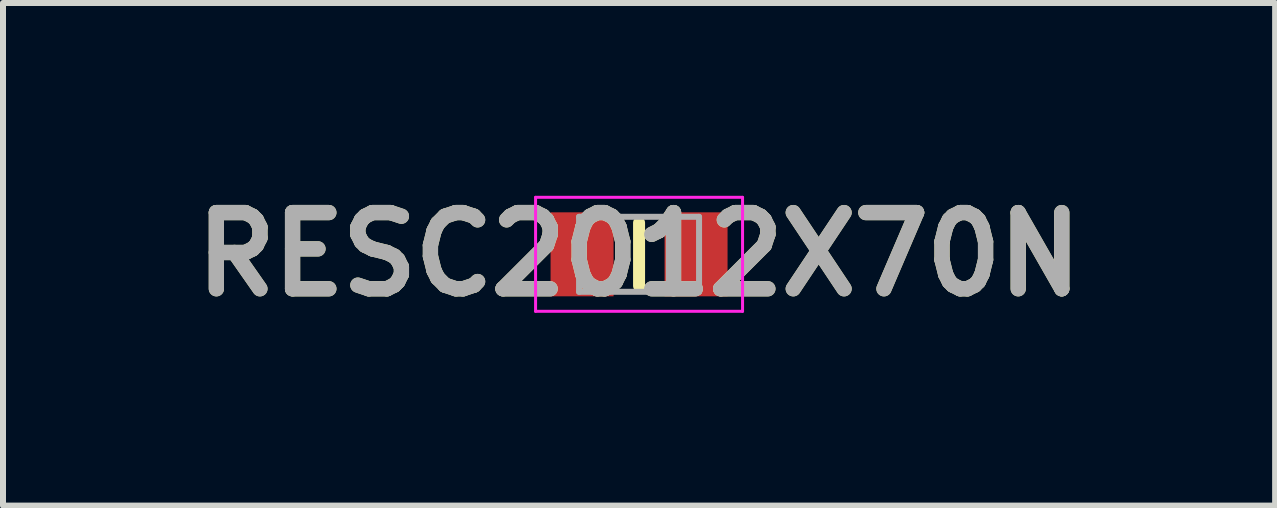
<source format=kicad_pcb>
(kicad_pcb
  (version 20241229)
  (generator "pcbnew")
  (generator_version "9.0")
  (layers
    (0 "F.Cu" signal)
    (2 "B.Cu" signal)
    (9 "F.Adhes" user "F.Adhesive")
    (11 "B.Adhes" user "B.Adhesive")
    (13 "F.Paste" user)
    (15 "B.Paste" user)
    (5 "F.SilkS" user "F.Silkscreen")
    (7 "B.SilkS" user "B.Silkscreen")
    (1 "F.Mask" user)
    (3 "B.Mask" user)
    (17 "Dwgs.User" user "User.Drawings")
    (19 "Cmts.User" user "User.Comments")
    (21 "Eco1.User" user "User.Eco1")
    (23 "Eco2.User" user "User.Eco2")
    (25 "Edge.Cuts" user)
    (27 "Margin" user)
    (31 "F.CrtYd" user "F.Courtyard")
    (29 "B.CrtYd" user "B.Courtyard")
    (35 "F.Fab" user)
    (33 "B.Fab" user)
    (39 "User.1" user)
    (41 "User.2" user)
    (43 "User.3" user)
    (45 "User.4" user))
  (footprint "RESC2012X70N"
    (layer "F.Cu")
    (at 7.602 1.189)
    (property "Reference" "RESC2012X70N" (at 0 0 0) (layer "F.SilkS") (effects (font (size 1.27 1.27) (thickness 0.254))))
    (attr smd)
    (fp_line (start 0 -0.525) (end 0 0.525) (stroke (width 0.2) (type solid)) (layer "F.SilkS"))
    (fp_line (start -1.725 -0.95) (end 1.725 -0.95) (stroke (width 0.05) (type solid)) (layer "F.CrtYd"))
    (fp_line (start -1.725 0.95) (end -1.725 -0.95) (stroke (width 0.05) (type solid)) (layer "F.CrtYd"))
    (fp_line (start 1.725 -0.95) (end 1.725 0.95) (stroke (width 0.05) (type solid)) (layer "F.CrtYd"))
    (fp_line (start 1.725 0.95) (end -1.725 0.95) (stroke (width 0.05) (type solid)) (layer "F.CrtYd"))
    (fp_line (start -1 -0.625) (end 1 -0.625) (stroke (width 0.1) (type solid)) (layer "F.Fab"))
    (fp_line (start -1 0.625) (end -1 -0.625) (stroke (width 0.1) (type solid)) (layer "F.Fab"))
    (fp_line (start 1 -0.625) (end 1 0.625) (stroke (width 0.1) (type solid)) (layer "F.Fab"))
    (fp_line (start 1 0.625) (end -1 0.625) (stroke (width 0.1) (type solid)) (layer "F.Fab"))
    (fp_text user "${REFERENCE}" (at 0 0 0) (layer "F.Fab") (effects (font (size 1.27 1.27) (thickness 0.254))))
    (pad "1" smd rect (at -0.95 0) (size 1.05 1.4) (layers "F.Cu" "F.Mask" "F.Paste"))
    (pad "2" smd rect (at 0.95 0) (size 1.05 1.4) (layers "F.Cu" "F.Mask" "F.Paste")))
  (gr_rect
    (start -3 -3)
    (end 18.204 5.377)
    (stroke (width 0.1) (type default))
    (fill no)
    (layer "Edge.Cuts")))
</source>
